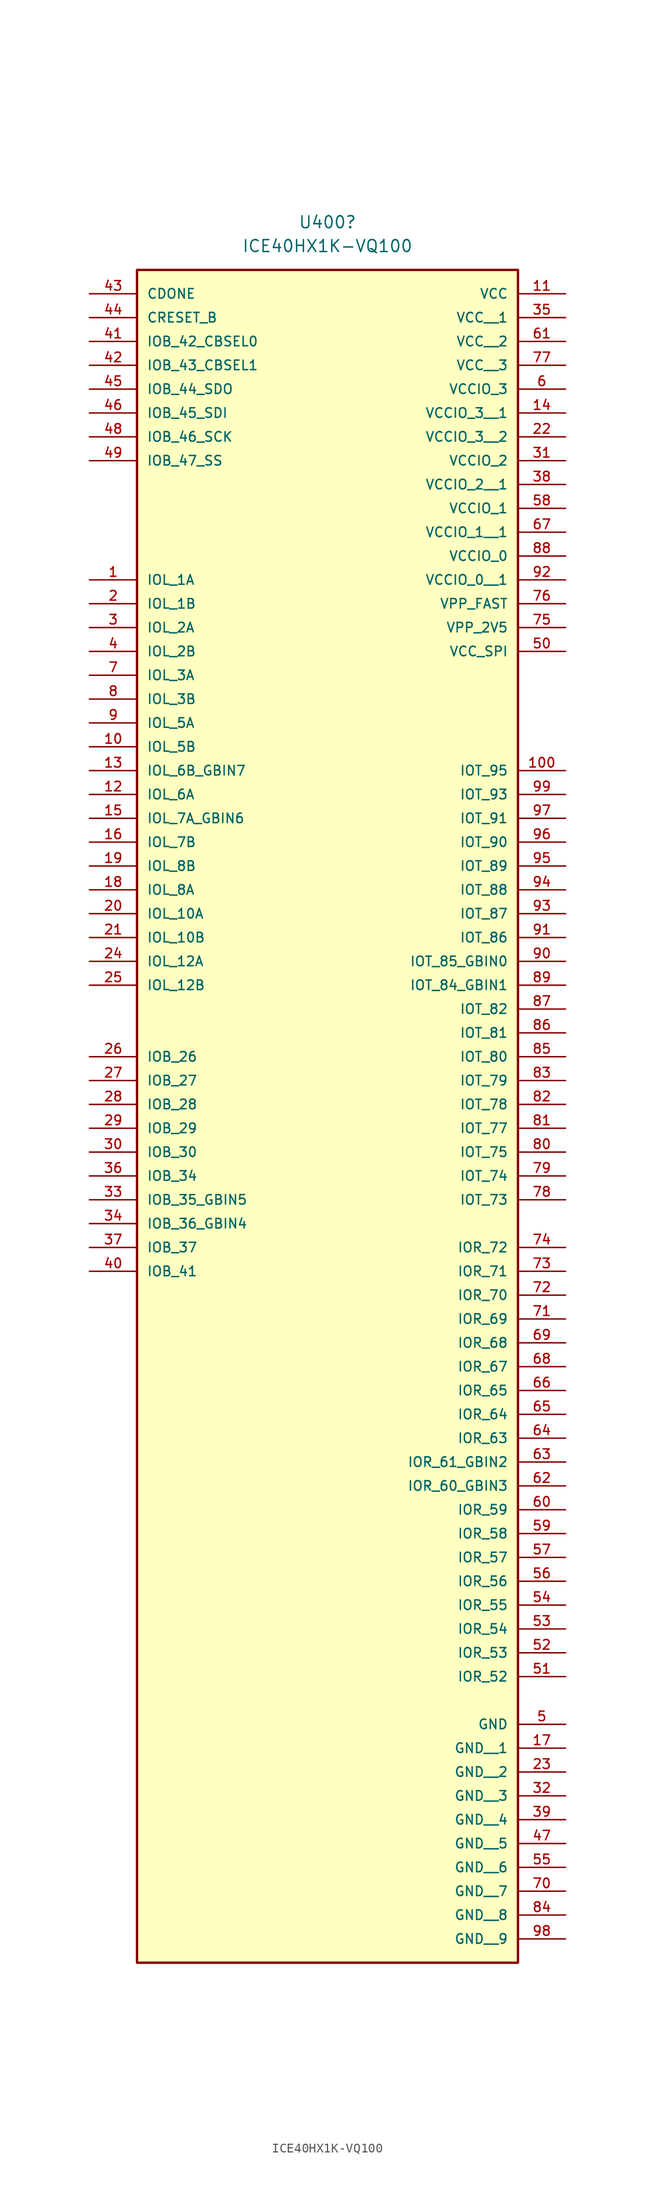
<source format=kicad_sym>
(kicad_symbol_lib
  (version 20231120)
  (generator "kicad_symbol_editor")
  (generator_version "8.0")
  (symbol "ICE40HX1K-VQ100"
    (pin_names
      (offset 1.016))
    (property "Reference" "U400"
      (at 0 73.66 0)
      (effects (font (size 1.27 1.27))))
    (property "Value" "ICE40HX1K-VQ100"
      (at 0 71.12 0)
      (effects (font (size 1.27 1.27))))
    (symbol "ICE40HX1K-VQ100_0_0"
      (rectangle (start -20.32 68.58) (end 20.32 -111.76) (stroke (width 0.254) (type default)) (fill (type background)))
      (pin bidirectional line (at -25.4 35.56 0) (length 5.08) (name "IOL_1A" (effects (font (size 1.016 1.016)))) (number "1" (effects (font (size 1.016 1.016)))))
      (pin bidirectional line (at -25.4 17.78 0) (length 5.08) (name "IOL_5B" (effects (font (size 1.016 1.016)))) (number "10" (effects (font (size 1.016 1.016)))))
      (pin bidirectional line (at 25.4 15.24 180) (length 5.08) (name "IOT_95" (effects (font (size 1.016 1.016)))) (number "100" (effects (font (size 1.016 1.016)))))
      (pin power_in line (at 25.4 66.04 180) (length 5.08) (name "VCC" (effects (font (size 1.016 1.016)))) (number "11" (effects (font (size 1.016 1.016)))))
      (pin bidirectional line (at -25.4 12.7 0) (length 5.08) (name "IOL_6A" (effects (font (size 1.016 1.016)))) (number "12" (effects (font (size 1.016 1.016)))))
      (pin bidirectional line (at -25.4 15.24 0) (length 5.08) (name "IOL_6B_GBIN7" (effects (font (size 1.016 1.016)))) (number "13" (effects (font (size 1.016 1.016)))))
      (pin power_in line (at 25.4 53.34 180) (length 5.08) (name "VCCIO_3__1" (effects (font (size 1.016 1.016)))) (number "14" (effects (font (size 1.016 1.016)))))
      (pin bidirectional line (at -25.4 10.16 0) (length 5.08) (name "IOL_7A_GBIN6" (effects (font (size 1.016 1.016)))) (number "15" (effects (font (size 1.016 1.016)))))
      (pin bidirectional line (at -25.4 7.62 0) (length 5.08) (name "IOL_7B" (effects (font (size 1.016 1.016)))) (number "16" (effects (font (size 1.016 1.016)))))
      (pin power_in line (at 25.4 -88.9 180) (length 5.08) (name "GND__1" (effects (font (size 1.016 1.016)))) (number "17" (effects (font (size 1.016 1.016)))))
      (pin bidirectional line (at -25.4 2.54 0) (length 5.08) (name "IOL_8A" (effects (font (size 1.016 1.016)))) (number "18" (effects (font (size 1.016 1.016)))))
      (pin bidirectional line (at -25.4 5.08 0) (length 5.08) (name "IOL_8B" (effects (font (size 1.016 1.016)))) (number "19" (effects (font (size 1.016 1.016)))))
      (pin bidirectional line (at -25.4 33.02 0) (length 5.08) (name "IOL_1B" (effects (font (size 1.016 1.016)))) (number "2" (effects (font (size 1.016 1.016)))))
      (pin bidirectional line (at -25.4 0 0) (length 5.08) (name "IOL_10A" (effects (font (size 1.016 1.016)))) (number "20" (effects (font (size 1.016 1.016)))))
      (pin bidirectional line (at -25.4 -2.54 0) (length 5.08) (name "IOL_10B" (effects (font (size 1.016 1.016)))) (number "21" (effects (font (size 1.016 1.016)))))
      (pin power_in line (at 25.4 50.8 180) (length 5.08) (name "VCCIO_3__2" (effects (font (size 1.016 1.016)))) (number "22" (effects (font (size 1.016 1.016)))))
      (pin power_in line (at 25.4 -91.44 180) (length 5.08) (name "GND__2" (effects (font (size 1.016 1.016)))) (number "23" (effects (font (size 1.016 1.016)))))
      (pin bidirectional line (at -25.4 -5.08 0) (length 5.08) (name "IOL_12A" (effects (font (size 1.016 1.016)))) (number "24" (effects (font (size 1.016 1.016)))))
      (pin bidirectional line (at -25.4 -7.62 0) (length 5.08) (name "IOL_12B" (effects (font (size 1.016 1.016)))) (number "25" (effects (font (size 1.016 1.016)))))
      (pin bidirectional line (at -25.4 -15.24 0) (length 5.08) (name "IOB_26" (effects (font (size 1.016 1.016)))) (number "26" (effects (font (size 1.016 1.016)))))
      (pin bidirectional line (at -25.4 -17.78 0) (length 5.08) (name "IOB_27" (effects (font (size 1.016 1.016)))) (number "27" (effects (font (size 1.016 1.016)))))
      (pin bidirectional line (at -25.4 -20.32 0) (length 5.08) (name "IOB_28" (effects (font (size 1.016 1.016)))) (number "28" (effects (font (size 1.016 1.016)))))
      (pin bidirectional line (at -25.4 -22.86 0) (length 5.08) (name "IOB_29" (effects (font (size 1.016 1.016)))) (number "29" (effects (font (size 1.016 1.016)))))
      (pin bidirectional line (at -25.4 30.48 0) (length 5.08) (name "IOL_2A" (effects (font (size 1.016 1.016)))) (number "3" (effects (font (size 1.016 1.016)))))
      (pin bidirectional line (at -25.4 -25.4 0) (length 5.08) (name "IOB_30" (effects (font (size 1.016 1.016)))) (number "30" (effects (font (size 1.016 1.016)))))
      (pin power_in line (at 25.4 48.26 180) (length 5.08) (name "VCCIO_2" (effects (font (size 1.016 1.016)))) (number "31" (effects (font (size 1.016 1.016)))))
      (pin power_in line (at 25.4 -93.98 180) (length 5.08) (name "GND__3" (effects (font (size 1.016 1.016)))) (number "32" (effects (font (size 1.016 1.016)))))
      (pin bidirectional line (at -25.4 -30.48 0) (length 5.08) (name "IOB_35_GBIN5" (effects (font (size 1.016 1.016)))) (number "33" (effects (font (size 1.016 1.016)))))
      (pin bidirectional line (at -25.4 -33.02 0) (length 5.08) (name "IOB_36_GBIN4" (effects (font (size 1.016 1.016)))) (number "34" (effects (font (size 1.016 1.016)))))
      (pin power_in line (at 25.4 63.5 180) (length 5.08) (name "VCC__1" (effects (font (size 1.016 1.016)))) (number "35" (effects (font (size 1.016 1.016)))))
      (pin bidirectional line (at -25.4 -27.94 0) (length 5.08) (name "IOB_34" (effects (font (size 1.016 1.016)))) (number "36" (effects (font (size 1.016 1.016)))))
      (pin bidirectional line (at -25.4 -35.56 0) (length 5.08) (name "IOB_37" (effects (font (size 1.016 1.016)))) (number "37" (effects (font (size 1.016 1.016)))))
      (pin power_in line (at 25.4 45.72 180) (length 5.08) (name "VCCIO_2__1" (effects (font (size 1.016 1.016)))) (number "38" (effects (font (size 1.016 1.016)))))
      (pin power_in line (at 25.4 -96.52 180) (length 5.08) (name "GND__4" (effects (font (size 1.016 1.016)))) (number "39" (effects (font (size 1.016 1.016)))))
      (pin bidirectional line (at -25.4 27.94 0) (length 5.08) (name "IOL_2B" (effects (font (size 1.016 1.016)))) (number "4" (effects (font (size 1.016 1.016)))))
      (pin bidirectional line (at -25.4 -38.1 0) (length 5.08) (name "IOB_41" (effects (font (size 1.016 1.016)))) (number "40" (effects (font (size 1.016 1.016)))))
      (pin bidirectional line (at -25.4 60.96 0) (length 5.08) (name "IOB_42_CBSEL0" (effects (font (size 1.016 1.016)))) (number "41" (effects (font (size 1.016 1.016)))))
      (pin bidirectional line (at -25.4 58.42 0) (length 5.08) (name "IOB_43_CBSEL1" (effects (font (size 1.016 1.016)))) (number "42" (effects (font (size 1.016 1.016)))))
      (pin input line (at -25.4 66.04 0) (length 5.08) (name "CDONE" (effects (font (size 1.016 1.016)))) (number "43" (effects (font (size 1.016 1.016)))))
      (pin input line (at -25.4 63.5 0) (length 5.08) (name "CRESET_B" (effects (font (size 1.016 1.016)))) (number "44" (effects (font (size 1.016 1.016)))))
      (pin bidirectional line (at -25.4 55.88 0) (length 5.08) (name "IOB_44_SDO" (effects (font (size 1.016 1.016)))) (number "45" (effects (font (size 1.016 1.016)))))
      (pin bidirectional line (at -25.4 53.34 0) (length 5.08) (name "IOB_45_SDI" (effects (font (size 1.016 1.016)))) (number "46" (effects (font (size 1.016 1.016)))))
      (pin power_in line (at 25.4 -99.06 180) (length 5.08) (name "GND__5" (effects (font (size 1.016 1.016)))) (number "47" (effects (font (size 1.016 1.016)))))
      (pin bidirectional line (at -25.4 50.8 0) (length 5.08) (name "IOB_46_SCK" (effects (font (size 1.016 1.016)))) (number "48" (effects (font (size 1.016 1.016)))))
      (pin bidirectional line (at -25.4 48.26 0) (length 5.08) (name "IOB_47_SS" (effects (font (size 1.016 1.016)))) (number "49" (effects (font (size 1.016 1.016)))))
      (pin power_in line (at 25.4 -86.36 180) (length 5.08) (name "GND" (effects (font (size 1.016 1.016)))) (number "5" (effects (font (size 1.016 1.016)))))
      (pin power_in line (at 25.4 27.94 180) (length 5.08) (name "VCC_SPI" (effects (font (size 1.016 1.016)))) (number "50" (effects (font (size 1.016 1.016)))))
      (pin bidirectional line (at 25.4 -81.28 180) (length 5.08) (name "IOR_52" (effects (font (size 1.016 1.016)))) (number "51" (effects (font (size 1.016 1.016)))))
      (pin bidirectional line (at 25.4 -78.74 180) (length 5.08) (name "IOR_53" (effects (font (size 1.016 1.016)))) (number "52" (effects (font (size 1.016 1.016)))))
      (pin bidirectional line (at 25.4 -76.2 180) (length 5.08) (name "IOR_54" (effects (font (size 1.016 1.016)))) (number "53" (effects (font (size 1.016 1.016)))))
      (pin bidirectional line (at 25.4 -73.66 180) (length 5.08) (name "IOR_55" (effects (font (size 1.016 1.016)))) (number "54" (effects (font (size 1.016 1.016)))))
      (pin power_in line (at 25.4 -101.6 180) (length 5.08) (name "GND__6" (effects (font (size 1.016 1.016)))) (number "55" (effects (font (size 1.016 1.016)))))
      (pin bidirectional line (at 25.4 -71.12 180) (length 5.08) (name "IOR_56" (effects (font (size 1.016 1.016)))) (number "56" (effects (font (size 1.016 1.016)))))
      (pin bidirectional line (at 25.4 -68.58 180) (length 5.08) (name "IOR_57" (effects (font (size 1.016 1.016)))) (number "57" (effects (font (size 1.016 1.016)))))
      (pin power_in line (at 25.4 43.18 180) (length 5.08) (name "VCCIO_1" (effects (font (size 1.016 1.016)))) (number "58" (effects (font (size 1.016 1.016)))))
      (pin bidirectional line (at 25.4 -66.04 180) (length 5.08) (name "IOR_58" (effects (font (size 1.016 1.016)))) (number "59" (effects (font (size 1.016 1.016)))))
      (pin power_in line (at 25.4 55.88 180) (length 5.08) (name "VCCIO_3" (effects (font (size 1.016 1.016)))) (number "6" (effects (font (size 1.016 1.016)))))
      (pin bidirectional line (at 25.4 -63.5 180) (length 5.08) (name "IOR_59" (effects (font (size 1.016 1.016)))) (number "60" (effects (font (size 1.016 1.016)))))
      (pin power_in line (at 25.4 60.96 180) (length 5.08) (name "VCC__2" (effects (font (size 1.016 1.016)))) (number "61" (effects (font (size 1.016 1.016)))))
      (pin bidirectional line (at 25.4 -60.96 180) (length 5.08) (name "IOR_60_GBIN3" (effects (font (size 1.016 1.016)))) (number "62" (effects (font (size 1.016 1.016)))))
      (pin bidirectional line (at 25.4 -58.42 180) (length 5.08) (name "IOR_61_GBIN2" (effects (font (size 1.016 1.016)))) (number "63" (effects (font (size 1.016 1.016)))))
      (pin bidirectional line (at 25.4 -55.88 180) (length 5.08) (name "IOR_63" (effects (font (size 1.016 1.016)))) (number "64" (effects (font (size 1.016 1.016)))))
      (pin bidirectional line (at 25.4 -53.34 180) (length 5.08) (name "IOR_64" (effects (font (size 1.016 1.016)))) (number "65" (effects (font (size 1.016 1.016)))))
      (pin bidirectional line (at 25.4 -50.8 180) (length 5.08) (name "IOR_65" (effects (font (size 1.016 1.016)))) (number "66" (effects (font (size 1.016 1.016)))))
      (pin power_in line (at 25.4 40.64 180) (length 5.08) (name "VCCIO_1__1" (effects (font (size 1.016 1.016)))) (number "67" (effects (font (size 1.016 1.016)))))
      (pin bidirectional line (at 25.4 -48.26 180) (length 5.08) (name "IOR_67" (effects (font (size 1.016 1.016)))) (number "68" (effects (font (size 1.016 1.016)))))
      (pin bidirectional line (at 25.4 -45.72 180) (length 5.08) (name "IOR_68" (effects (font (size 1.016 1.016)))) (number "69" (effects (font (size 1.016 1.016)))))
      (pin bidirectional line (at -25.4 25.4 0) (length 5.08) (name "IOL_3A" (effects (font (size 1.016 1.016)))) (number "7" (effects (font (size 1.016 1.016)))))
      (pin power_in line (at 25.4 -104.14 180) (length 5.08) (name "GND__7" (effects (font (size 1.016 1.016)))) (number "70" (effects (font (size 1.016 1.016)))))
      (pin bidirectional line (at 25.4 -43.18 180) (length 5.08) (name "IOR_69" (effects (font (size 1.016 1.016)))) (number "71" (effects (font (size 1.016 1.016)))))
      (pin bidirectional line (at 25.4 -40.64 180) (length 5.08) (name "IOR_70" (effects (font (size 1.016 1.016)))) (number "72" (effects (font (size 1.016 1.016)))))
      (pin bidirectional line (at 25.4 -38.1 180) (length 5.08) (name "IOR_71" (effects (font (size 1.016 1.016)))) (number "73" (effects (font (size 1.016 1.016)))))
      (pin bidirectional line (at 25.4 -35.56 180) (length 5.08) (name "IOR_72" (effects (font (size 1.016 1.016)))) (number "74" (effects (font (size 1.016 1.016)))))
      (pin power_in line (at 25.4 30.48 180) (length 5.08) (name "VPP_2V5" (effects (font (size 1.016 1.016)))) (number "75" (effects (font (size 1.016 1.016)))))
      (pin power_in line (at 25.4 33.02 180) (length 5.08) (name "VPP_FAST" (effects (font (size 1.016 1.016)))) (number "76" (effects (font (size 1.016 1.016)))))
      (pin power_in line (at 25.4 58.42 180) (length 5.08) (name "VCC__3" (effects (font (size 1.016 1.016)))) (number "77" (effects (font (size 1.016 1.016)))))
      (pin bidirectional line (at 25.4 -30.48 180) (length 5.08) (name "IOT_73" (effects (font (size 1.016 1.016)))) (number "78" (effects (font (size 1.016 1.016)))))
      (pin bidirectional line (at 25.4 -27.94 180) (length 5.08) (name "IOT_74" (effects (font (size 1.016 1.016)))) (number "79" (effects (font (size 1.016 1.016)))))
      (pin bidirectional line (at -25.4 22.86 0) (length 5.08) (name "IOL_3B" (effects (font (size 1.016 1.016)))) (number "8" (effects (font (size 1.016 1.016)))))
      (pin bidirectional line (at 25.4 -25.4 180) (length 5.08) (name "IOT_75" (effects (font (size 1.016 1.016)))) (number "80" (effects (font (size 1.016 1.016)))))
      (pin bidirectional line (at 25.4 -22.86 180) (length 5.08) (name "IOT_77" (effects (font (size 1.016 1.016)))) (number "81" (effects (font (size 1.016 1.016)))))
      (pin bidirectional line (at 25.4 -20.32 180) (length 5.08) (name "IOT_78" (effects (font (size 1.016 1.016)))) (number "82" (effects (font (size 1.016 1.016)))))
      (pin bidirectional line (at 25.4 -17.78 180) (length 5.08) (name "IOT_79" (effects (font (size 1.016 1.016)))) (number "83" (effects (font (size 1.016 1.016)))))
      (pin power_in line (at 25.4 -106.68 180) (length 5.08) (name "GND__8" (effects (font (size 1.016 1.016)))) (number "84" (effects (font (size 1.016 1.016)))))
      (pin bidirectional line (at 25.4 -15.24 180) (length 5.08) (name "IOT_80" (effects (font (size 1.016 1.016)))) (number "85" (effects (font (size 1.016 1.016)))))
      (pin bidirectional line (at 25.4 -12.7 180) (length 5.08) (name "IOT_81" (effects (font (size 1.016 1.016)))) (number "86" (effects (font (size 1.016 1.016)))))
      (pin bidirectional line (at 25.4 -10.16 180) (length 5.08) (name "IOT_82" (effects (font (size 1.016 1.016)))) (number "87" (effects (font (size 1.016 1.016)))))
      (pin power_in line (at 25.4 38.1 180) (length 5.08) (name "VCCIO_0" (effects (font (size 1.016 1.016)))) (number "88" (effects (font (size 1.016 1.016)))))
      (pin bidirectional line (at 25.4 -7.62 180) (length 5.08) (name "IOT_84_GBIN1" (effects (font (size 1.016 1.016)))) (number "89" (effects (font (size 1.016 1.016)))))
      (pin bidirectional line (at -25.4 20.32 0) (length 5.08) (name "IOL_5A" (effects (font (size 1.016 1.016)))) (number "9" (effects (font (size 1.016 1.016)))))
      (pin bidirectional line (at 25.4 -5.08 180) (length 5.08) (name "IOT_85_GBIN0" (effects (font (size 1.016 1.016)))) (number "90" (effects (font (size 1.016 1.016)))))
      (pin bidirectional line (at 25.4 -2.54 180) (length 5.08) (name "IOT_86" (effects (font (size 1.016 1.016)))) (number "91" (effects (font (size 1.016 1.016)))))
      (pin power_in line (at 25.4 35.56 180) (length 5.08) (name "VCCIO_0__1" (effects (font (size 1.016 1.016)))) (number "92" (effects (font (size 1.016 1.016)))))
      (pin bidirectional line (at 25.4 0 180) (length 5.08) (name "IOT_87" (effects (font (size 1.016 1.016)))) (number "93" (effects (font (size 1.016 1.016)))))
      (pin bidirectional line (at 25.4 2.54 180) (length 5.08) (name "IOT_88" (effects (font (size 1.016 1.016)))) (number "94" (effects (font (size 1.016 1.016)))))
      (pin bidirectional line (at 25.4 5.08 180) (length 5.08) (name "IOT_89" (effects (font (size 1.016 1.016)))) (number "95" (effects (font (size 1.016 1.016)))))
      (pin bidirectional line (at 25.4 7.62 180) (length 5.08) (name "IOT_90" (effects (font (size 1.016 1.016)))) (number "96" (effects (font (size 1.016 1.016)))))
      (pin bidirectional line (at 25.4 10.16 180) (length 5.08) (name "IOT_91" (effects (font (size 1.016 1.016)))) (number "97" (effects (font (size 1.016 1.016)))))
      (pin power_in line (at 25.4 -109.22 180) (length 5.08) (name "GND__9" (effects (font (size 1.016 1.016)))) (number "98" (effects (font (size 1.016 1.016)))))
      (pin bidirectional line (at 25.4 12.7 180) (length 5.08) (name "IOT_93" (effects (font (size 1.016 1.016)))) (number "99" (effects (font (size 1.016 1.016))))))))
</source>
